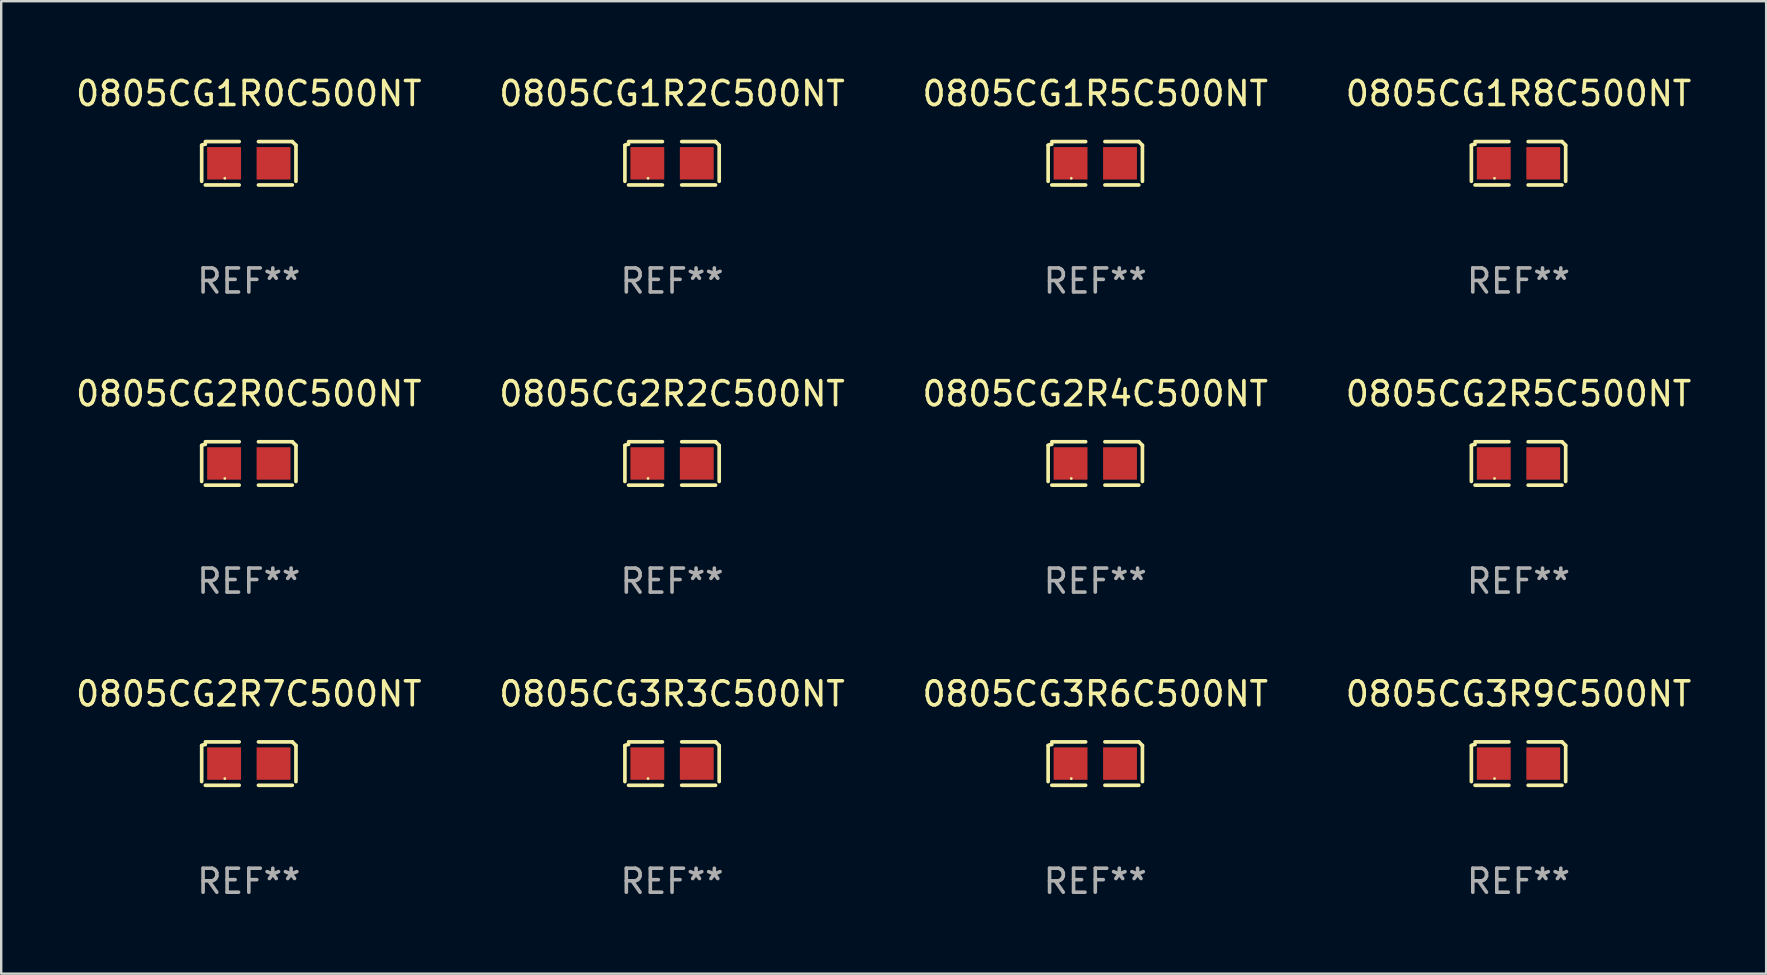
<source format=kicad_pcb>
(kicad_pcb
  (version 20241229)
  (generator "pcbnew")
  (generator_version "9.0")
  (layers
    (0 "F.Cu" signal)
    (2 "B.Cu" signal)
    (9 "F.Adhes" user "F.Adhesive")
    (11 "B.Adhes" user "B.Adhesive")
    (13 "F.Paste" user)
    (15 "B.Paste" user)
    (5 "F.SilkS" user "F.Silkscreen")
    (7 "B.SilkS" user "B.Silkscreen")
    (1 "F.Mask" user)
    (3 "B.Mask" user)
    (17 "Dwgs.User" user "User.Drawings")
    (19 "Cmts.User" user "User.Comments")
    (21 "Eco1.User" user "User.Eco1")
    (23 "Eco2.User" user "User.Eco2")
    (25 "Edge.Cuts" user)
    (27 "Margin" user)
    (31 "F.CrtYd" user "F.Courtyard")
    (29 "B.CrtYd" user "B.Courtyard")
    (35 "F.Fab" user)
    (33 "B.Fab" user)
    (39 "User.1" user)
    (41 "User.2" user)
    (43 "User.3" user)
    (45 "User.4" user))
  (footprint "0805CG3R9C500NT"
    (layer "F.Cu")
    (at 60.208 28.759)
    (property "Reference" "0805CG3R9C500NT" (at 0 -2.904 0) (layer "F.SilkS") (effects (font (size 1 1) (thickness 0.15))))
    (attr through_hole)
    (fp_line (start -1.964 0.751) (end -1.964 -0.751) (stroke (width 0.152) (type solid)) (layer "F.SilkS"))
    (fp_line (start -1.811 -0.904) (end -0.401 -0.904) (stroke (width 0.152) (type solid)) (layer "F.SilkS"))
    (fp_line (start -0.401 0.904) (end -1.811 0.904) (stroke (width 0.152) (type solid)) (layer "F.SilkS"))
    (fp_line (start 0.401 0.904) (end 1.811 0.904) (stroke (width 0.152) (type solid)) (layer "F.SilkS"))
    (fp_line (start 1.811 -0.904) (end 0.401 -0.904) (stroke (width 0.152) (type solid)) (layer "F.SilkS"))
    (fp_line (start 1.964 0.751) (end 1.964 -0.751) (stroke (width 0.152) (type solid)) (layer "F.SilkS"))
    (fp_arc (start -1.963602 -0.751207) (mid -1.890354 -0.783131) (end -1.811201 -0.794044) (stroke (width 0.1524) (type solid)) (layer "F.SilkS"))
    (fp_arc (start 1.811202 -0.903607) (mid 1.887413 -0.827418) (end 1.963602 -0.751207) (stroke (width 0.1524) (type solid)) (layer "F.SilkS"))
    (fp_circle (center -1 0.625) (end -0.97 0.625) (stroke (width 0.06) (type solid)) (fill no) (layer "F.SilkS"))
    (fp_text user "REF**" (at 0 4.904 0) (layer "F.Fab") (effects (font (size 1 1) (thickness 0.15))))
    (pad "1" smd rect (at -1.03 0) (size 1.41 1.35) (layers "F.Cu" "F.Mask" "F.Paste"))
    (pad "2" smd rect (at 1.03 0) (size 1.41 1.35) (layers "F.Cu" "F.Mask" "F.Paste")))
  (footprint "0805CG2R4C500NT"
    (layer "F.Cu")
    (at 42.577 16.256)
    (property "Reference" "0805CG2R4C500NT" (at 0 -2.904 0) (layer "F.SilkS") (effects (font (size 1 1) (thickness 0.15))))
    (attr through_hole)
    (fp_line (start -1.964 0.751) (end -1.964 -0.751) (stroke (width 0.152) (type solid)) (layer "F.SilkS"))
    (fp_line (start -1.811 -0.904) (end -0.401 -0.904) (stroke (width 0.152) (type solid)) (layer "F.SilkS"))
    (fp_line (start -0.401 0.904) (end -1.811 0.904) (stroke (width 0.152) (type solid)) (layer "F.SilkS"))
    (fp_line (start 0.401 0.904) (end 1.811 0.904) (stroke (width 0.152) (type solid)) (layer "F.SilkS"))
    (fp_line (start 1.811 -0.904) (end 0.401 -0.904) (stroke (width 0.152) (type solid)) (layer "F.SilkS"))
    (fp_line (start 1.964 0.751) (end 1.964 -0.751) (stroke (width 0.152) (type solid)) (layer "F.SilkS"))
    (fp_arc (start -1.963602 -0.751207) (mid -1.890354 -0.783131) (end -1.811201 -0.794044) (stroke (width 0.1524) (type solid)) (layer "F.SilkS"))
    (fp_arc (start 1.811202 -0.903607) (mid 1.887413 -0.827418) (end 1.963602 -0.751207) (stroke (width 0.1524) (type solid)) (layer "F.SilkS"))
    (fp_circle (center -1 0.625) (end -0.97 0.625) (stroke (width 0.06) (type solid)) (fill no) (layer "F.SilkS"))
    (fp_text user "REF**" (at 0 4.904 0) (layer "F.Fab") (effects (font (size 1 1) (thickness 0.15))))
    (pad "1" smd rect (at -1.03 0) (size 1.41 1.35) (layers "F.Cu" "F.Mask" "F.Paste"))
    (pad "2" smd rect (at 1.03 0) (size 1.41 1.35) (layers "F.Cu" "F.Mask" "F.Paste")))
  (footprint "0805CG3R3C500NT"
    (layer "F.Cu")
    (at 24.946 28.759)
    (property "Reference" "0805CG3R3C500NT" (at 0 -2.904 0) (layer "F.SilkS") (effects (font (size 1 1) (thickness 0.15))))
    (attr through_hole)
    (fp_line (start -1.964 0.751) (end -1.964 -0.751) (stroke (width 0.152) (type solid)) (layer "F.SilkS"))
    (fp_line (start -1.811 -0.904) (end -0.401 -0.904) (stroke (width 0.152) (type solid)) (layer "F.SilkS"))
    (fp_line (start -0.401 0.904) (end -1.811 0.904) (stroke (width 0.152) (type solid)) (layer "F.SilkS"))
    (fp_line (start 0.401 0.904) (end 1.811 0.904) (stroke (width 0.152) (type solid)) (layer "F.SilkS"))
    (fp_line (start 1.811 -0.904) (end 0.401 -0.904) (stroke (width 0.152) (type solid)) (layer "F.SilkS"))
    (fp_line (start 1.964 0.751) (end 1.964 -0.751) (stroke (width 0.152) (type solid)) (layer "F.SilkS"))
    (fp_arc (start -1.963602 -0.751207) (mid -1.890354 -0.783131) (end -1.811201 -0.794044) (stroke (width 0.1524) (type solid)) (layer "F.SilkS"))
    (fp_arc (start 1.811202 -0.903607) (mid 1.887413 -0.827418) (end 1.963602 -0.751207) (stroke (width 0.1524) (type solid)) (layer "F.SilkS"))
    (fp_circle (center -1 0.625) (end -0.97 0.625) (stroke (width 0.06) (type solid)) (fill no) (layer "F.SilkS"))
    (fp_text user "REF**" (at 0 4.904 0) (layer "F.Fab") (effects (font (size 1 1) (thickness 0.15))))
    (pad "1" smd rect (at -1.03 0) (size 1.41 1.35) (layers "F.Cu" "F.Mask" "F.Paste"))
    (pad "2" smd rect (at 1.03 0) (size 1.41 1.35) (layers "F.Cu" "F.Mask" "F.Paste")))
  (footprint "0805CG1R0C500NT"
    (layer "F.Cu")
    (at 7.315 3.752)
    (property "Reference" "0805CG1R0C500NT" (at 0 -2.904 0) (layer "F.SilkS") (effects (font (size 1 1) (thickness 0.15))))
    (attr through_hole)
    (fp_line (start -1.964 0.751) (end -1.964 -0.751) (stroke (width 0.152) (type solid)) (layer "F.SilkS"))
    (fp_line (start -1.811 -0.904) (end -0.401 -0.904) (stroke (width 0.152) (type solid)) (layer "F.SilkS"))
    (fp_line (start -0.401 0.904) (end -1.811 0.904) (stroke (width 0.152) (type solid)) (layer "F.SilkS"))
    (fp_line (start 0.401 0.904) (end 1.811 0.904) (stroke (width 0.152) (type solid)) (layer "F.SilkS"))
    (fp_line (start 1.811 -0.904) (end 0.401 -0.904) (stroke (width 0.152) (type solid)) (layer "F.SilkS"))
    (fp_line (start 1.964 0.751) (end 1.964 -0.751) (stroke (width 0.152) (type solid)) (layer "F.SilkS"))
    (fp_arc (start -1.963602 -0.751207) (mid -1.890354 -0.783131) (end -1.811201 -0.794044) (stroke (width 0.1524) (type solid)) (layer "F.SilkS"))
    (fp_arc (start 1.811202 -0.903607) (mid 1.887413 -0.827418) (end 1.963602 -0.751207) (stroke (width 0.1524) (type solid)) (layer "F.SilkS"))
    (fp_circle (center -1 0.625) (end -0.97 0.625) (stroke (width 0.06) (type solid)) (fill no) (layer "F.SilkS"))
    (fp_text user "REF**" (at 0 4.904 0) (layer "F.Fab") (effects (font (size 1 1) (thickness 0.15))))
    (pad "1" smd rect (at -1.03 0) (size 1.41 1.35) (layers "F.Cu" "F.Mask" "F.Paste"))
    (pad "2" smd rect (at 1.03 0) (size 1.41 1.35) (layers "F.Cu" "F.Mask" "F.Paste")))
  (footprint "0805CG2R7C500NT"
    (layer "F.Cu")
    (at 7.315 28.759)
    (property "Reference" "0805CG2R7C500NT" (at 0 -2.904 0) (layer "F.SilkS") (effects (font (size 1 1) (thickness 0.15))))
    (attr through_hole)
    (fp_line (start -1.964 0.751) (end -1.964 -0.751) (stroke (width 0.152) (type solid)) (layer "F.SilkS"))
    (fp_line (start -1.811 -0.904) (end -0.401 -0.904) (stroke (width 0.152) (type solid)) (layer "F.SilkS"))
    (fp_line (start -0.401 0.904) (end -1.811 0.904) (stroke (width 0.152) (type solid)) (layer "F.SilkS"))
    (fp_line (start 0.401 0.904) (end 1.811 0.904) (stroke (width 0.152) (type solid)) (layer "F.SilkS"))
    (fp_line (start 1.811 -0.904) (end 0.401 -0.904) (stroke (width 0.152) (type solid)) (layer "F.SilkS"))
    (fp_line (start 1.964 0.751) (end 1.964 -0.751) (stroke (width 0.152) (type solid)) (layer "F.SilkS"))
    (fp_arc (start -1.963602 -0.751207) (mid -1.890354 -0.783131) (end -1.811201 -0.794044) (stroke (width 0.1524) (type solid)) (layer "F.SilkS"))
    (fp_arc (start 1.811202 -0.903607) (mid 1.887413 -0.827418) (end 1.963602 -0.751207) (stroke (width 0.1524) (type solid)) (layer "F.SilkS"))
    (fp_circle (center -1 0.625) (end -0.97 0.625) (stroke (width 0.06) (type solid)) (fill no) (layer "F.SilkS"))
    (fp_text user "REF**" (at 0 4.904 0) (layer "F.Fab") (effects (font (size 1 1) (thickness 0.15))))
    (pad "1" smd rect (at -1.03 0) (size 1.41 1.35) (layers "F.Cu" "F.Mask" "F.Paste"))
    (pad "2" smd rect (at 1.03 0) (size 1.41 1.35) (layers "F.Cu" "F.Mask" "F.Paste")))
  (footprint "0805CG2R2C500NT"
    (layer "F.Cu")
    (at 24.946 16.256)
    (property "Reference" "0805CG2R2C500NT" (at 0 -2.904 0) (layer "F.SilkS") (effects (font (size 1 1) (thickness 0.15))))
    (attr through_hole)
    (fp_line (start -1.964 0.751) (end -1.964 -0.751) (stroke (width 0.152) (type solid)) (layer "F.SilkS"))
    (fp_line (start -1.811 -0.904) (end -0.401 -0.904) (stroke (width 0.152) (type solid)) (layer "F.SilkS"))
    (fp_line (start -0.401 0.904) (end -1.811 0.904) (stroke (width 0.152) (type solid)) (layer "F.SilkS"))
    (fp_line (start 0.401 0.904) (end 1.811 0.904) (stroke (width 0.152) (type solid)) (layer "F.SilkS"))
    (fp_line (start 1.811 -0.904) (end 0.401 -0.904) (stroke (width 0.152) (type solid)) (layer "F.SilkS"))
    (fp_line (start 1.964 0.751) (end 1.964 -0.751) (stroke (width 0.152) (type solid)) (layer "F.SilkS"))
    (fp_arc (start -1.963602 -0.751207) (mid -1.890354 -0.783131) (end -1.811201 -0.794044) (stroke (width 0.1524) (type solid)) (layer "F.SilkS"))
    (fp_arc (start 1.811202 -0.903607) (mid 1.887413 -0.827418) (end 1.963602 -0.751207) (stroke (width 0.1524) (type solid)) (layer "F.SilkS"))
    (fp_circle (center -1 0.625) (end -0.97 0.625) (stroke (width 0.06) (type solid)) (fill no) (layer "F.SilkS"))
    (fp_text user "REF**" (at 0 4.904 0) (layer "F.Fab") (effects (font (size 1 1) (thickness 0.15))))
    (pad "1" smd rect (at -1.03 0) (size 1.41 1.35) (layers "F.Cu" "F.Mask" "F.Paste"))
    (pad "2" smd rect (at 1.03 0) (size 1.41 1.35) (layers "F.Cu" "F.Mask" "F.Paste")))
  (footprint "0805CG2R0C500NT"
    (layer "F.Cu")
    (at 7.315 16.256)
    (property "Reference" "0805CG2R0C500NT" (at 0 -2.904 0) (layer "F.SilkS") (effects (font (size 1 1) (thickness 0.15))))
    (attr through_hole)
    (fp_line (start -1.964 0.751) (end -1.964 -0.751) (stroke (width 0.152) (type solid)) (layer "F.SilkS"))
    (fp_line (start -1.811 -0.904) (end -0.401 -0.904) (stroke (width 0.152) (type solid)) (layer "F.SilkS"))
    (fp_line (start -0.401 0.904) (end -1.811 0.904) (stroke (width 0.152) (type solid)) (layer "F.SilkS"))
    (fp_line (start 0.401 0.904) (end 1.811 0.904) (stroke (width 0.152) (type solid)) (layer "F.SilkS"))
    (fp_line (start 1.811 -0.904) (end 0.401 -0.904) (stroke (width 0.152) (type solid)) (layer "F.SilkS"))
    (fp_line (start 1.964 0.751) (end 1.964 -0.751) (stroke (width 0.152) (type solid)) (layer "F.SilkS"))
    (fp_arc (start -1.963602 -0.751207) (mid -1.890354 -0.783131) (end -1.811201 -0.794044) (stroke (width 0.1524) (type solid)) (layer "F.SilkS"))
    (fp_arc (start 1.811202 -0.903607) (mid 1.887413 -0.827418) (end 1.963602 -0.751207) (stroke (width 0.1524) (type solid)) (layer "F.SilkS"))
    (fp_circle (center -1 0.625) (end -0.97 0.625) (stroke (width 0.06) (type solid)) (fill no) (layer "F.SilkS"))
    (fp_text user "REF**" (at 0 4.904 0) (layer "F.Fab") (effects (font (size 1 1) (thickness 0.15))))
    (pad "1" smd rect (at -1.03 0) (size 1.41 1.35) (layers "F.Cu" "F.Mask" "F.Paste"))
    (pad "2" smd rect (at 1.03 0) (size 1.41 1.35) (layers "F.Cu" "F.Mask" "F.Paste")))
  (footprint "0805CG1R8C500NT"
    (layer "F.Cu")
    (at 60.208 3.752)
    (property "Reference" "0805CG1R8C500NT" (at 0 -2.904 0) (layer "F.SilkS") (effects (font (size 1 1) (thickness 0.15))))
    (attr through_hole)
    (fp_line (start -1.964 0.751) (end -1.964 -0.751) (stroke (width 0.152) (type solid)) (layer "F.SilkS"))
    (fp_line (start -1.811 -0.904) (end -0.401 -0.904) (stroke (width 0.152) (type solid)) (layer "F.SilkS"))
    (fp_line (start -0.401 0.904) (end -1.811 0.904) (stroke (width 0.152) (type solid)) (layer "F.SilkS"))
    (fp_line (start 0.401 0.904) (end 1.811 0.904) (stroke (width 0.152) (type solid)) (layer "F.SilkS"))
    (fp_line (start 1.811 -0.904) (end 0.401 -0.904) (stroke (width 0.152) (type solid)) (layer "F.SilkS"))
    (fp_line (start 1.964 0.751) (end 1.964 -0.751) (stroke (width 0.152) (type solid)) (layer "F.SilkS"))
    (fp_arc (start -1.963602 -0.751207) (mid -1.890354 -0.783131) (end -1.811201 -0.794044) (stroke (width 0.1524) (type solid)) (layer "F.SilkS"))
    (fp_arc (start 1.811202 -0.903607) (mid 1.887413 -0.827418) (end 1.963602 -0.751207) (stroke (width 0.1524) (type solid)) (layer "F.SilkS"))
    (fp_circle (center -1 0.625) (end -0.97 0.625) (stroke (width 0.06) (type solid)) (fill no) (layer "F.SilkS"))
    (fp_text user "REF**" (at 0 4.904 0) (layer "F.Fab") (effects (font (size 1 1) (thickness 0.15))))
    (pad "1" smd rect (at -1.03 0) (size 1.41 1.35) (layers "F.Cu" "F.Mask" "F.Paste"))
    (pad "2" smd rect (at 1.03 0) (size 1.41 1.35) (layers "F.Cu" "F.Mask" "F.Paste")))
  (footprint "0805CG1R2C500NT"
    (layer "F.Cu")
    (at 24.946 3.752)
    (property "Reference" "0805CG1R2C500NT" (at 0 -2.904 0) (layer "F.SilkS") (effects (font (size 1 1) (thickness 0.15))))
    (attr through_hole)
    (fp_line (start -1.964 0.751) (end -1.964 -0.751) (stroke (width 0.152) (type solid)) (layer "F.SilkS"))
    (fp_line (start -1.811 -0.904) (end -0.401 -0.904) (stroke (width 0.152) (type solid)) (layer "F.SilkS"))
    (fp_line (start -0.401 0.904) (end -1.811 0.904) (stroke (width 0.152) (type solid)) (layer "F.SilkS"))
    (fp_line (start 0.401 0.904) (end 1.811 0.904) (stroke (width 0.152) (type solid)) (layer "F.SilkS"))
    (fp_line (start 1.811 -0.904) (end 0.401 -0.904) (stroke (width 0.152) (type solid)) (layer "F.SilkS"))
    (fp_line (start 1.964 0.751) (end 1.964 -0.751) (stroke (width 0.152) (type solid)) (layer "F.SilkS"))
    (fp_arc (start -1.963602 -0.751207) (mid -1.890354 -0.783131) (end -1.811201 -0.794044) (stroke (width 0.1524) (type solid)) (layer "F.SilkS"))
    (fp_arc (start 1.811202 -0.903607) (mid 1.887413 -0.827418) (end 1.963602 -0.751207) (stroke (width 0.1524) (type solid)) (layer "F.SilkS"))
    (fp_circle (center -1 0.625) (end -0.97 0.625) (stroke (width 0.06) (type solid)) (fill no) (layer "F.SilkS"))
    (fp_text user "REF**" (at 0 4.904 0) (layer "F.Fab") (effects (font (size 1 1) (thickness 0.15))))
    (pad "1" smd rect (at -1.03 0) (size 1.41 1.35) (layers "F.Cu" "F.Mask" "F.Paste"))
    (pad "2" smd rect (at 1.03 0) (size 1.41 1.35) (layers "F.Cu" "F.Mask" "F.Paste")))
  (footprint "0805CG1R5C500NT"
    (layer "F.Cu")
    (at 42.577 3.752)
    (property "Reference" "0805CG1R5C500NT" (at 0 -2.904 0) (layer "F.SilkS") (effects (font (size 1 1) (thickness 0.15))))
    (attr through_hole)
    (fp_line (start -1.964 0.751) (end -1.964 -0.751) (stroke (width 0.152) (type solid)) (layer "F.SilkS"))
    (fp_line (start -1.811 -0.904) (end -0.401 -0.904) (stroke (width 0.152) (type solid)) (layer "F.SilkS"))
    (fp_line (start -0.401 0.904) (end -1.811 0.904) (stroke (width 0.152) (type solid)) (layer "F.SilkS"))
    (fp_line (start 0.401 0.904) (end 1.811 0.904) (stroke (width 0.152) (type solid)) (layer "F.SilkS"))
    (fp_line (start 1.811 -0.904) (end 0.401 -0.904) (stroke (width 0.152) (type solid)) (layer "F.SilkS"))
    (fp_line (start 1.964 0.751) (end 1.964 -0.751) (stroke (width 0.152) (type solid)) (layer "F.SilkS"))
    (fp_arc (start -1.963602 -0.751207) (mid -1.890354 -0.783131) (end -1.811201 -0.794044) (stroke (width 0.1524) (type solid)) (layer "F.SilkS"))
    (fp_arc (start 1.811202 -0.903607) (mid 1.887413 -0.827418) (end 1.963602 -0.751207) (stroke (width 0.1524) (type solid)) (layer "F.SilkS"))
    (fp_circle (center -1 0.625) (end -0.97 0.625) (stroke (width 0.06) (type solid)) (fill no) (layer "F.SilkS"))
    (fp_text user "REF**" (at 0 4.904 0) (layer "F.Fab") (effects (font (size 1 1) (thickness 0.15))))
    (pad "1" smd rect (at -1.03 0) (size 1.41 1.35) (layers "F.Cu" "F.Mask" "F.Paste"))
    (pad "2" smd rect (at 1.03 0) (size 1.41 1.35) (layers "F.Cu" "F.Mask" "F.Paste")))
  (footprint "0805CG2R5C500NT"
    (layer "F.Cu")
    (at 60.208 16.256)
    (property "Reference" "0805CG2R5C500NT" (at 0 -2.904 0) (layer "F.SilkS") (effects (font (size 1 1) (thickness 0.15))))
    (attr through_hole)
    (fp_line (start -1.964 0.751) (end -1.964 -0.751) (stroke (width 0.152) (type solid)) (layer "F.SilkS"))
    (fp_line (start -1.811 -0.904) (end -0.401 -0.904) (stroke (width 0.152) (type solid)) (layer "F.SilkS"))
    (fp_line (start -0.401 0.904) (end -1.811 0.904) (stroke (width 0.152) (type solid)) (layer "F.SilkS"))
    (fp_line (start 0.401 0.904) (end 1.811 0.904) (stroke (width 0.152) (type solid)) (layer "F.SilkS"))
    (fp_line (start 1.811 -0.904) (end 0.401 -0.904) (stroke (width 0.152) (type solid)) (layer "F.SilkS"))
    (fp_line (start 1.964 0.751) (end 1.964 -0.751) (stroke (width 0.152) (type solid)) (layer "F.SilkS"))
    (fp_arc (start -1.963602 -0.751207) (mid -1.890354 -0.783131) (end -1.811201 -0.794044) (stroke (width 0.1524) (type solid)) (layer "F.SilkS"))
    (fp_arc (start 1.811202 -0.903607) (mid 1.887413 -0.827418) (end 1.963602 -0.751207) (stroke (width 0.1524) (type solid)) (layer "F.SilkS"))
    (fp_circle (center -1 0.625) (end -0.97 0.625) (stroke (width 0.06) (type solid)) (fill no) (layer "F.SilkS"))
    (fp_text user "REF**" (at 0 4.904 0) (layer "F.Fab") (effects (font (size 1 1) (thickness 0.15))))
    (pad "1" smd rect (at -1.03 0) (size 1.41 1.35) (layers "F.Cu" "F.Mask" "F.Paste"))
    (pad "2" smd rect (at 1.03 0) (size 1.41 1.35) (layers "F.Cu" "F.Mask" "F.Paste")))
  (footprint "0805CG3R6C500NT"
    (layer "F.Cu")
    (at 42.577 28.759)
    (property "Reference" "0805CG3R6C500NT" (at 0 -2.904 0) (layer "F.SilkS") (effects (font (size 1 1) (thickness 0.15))))
    (attr through_hole)
    (fp_line (start -1.964 0.751) (end -1.964 -0.751) (stroke (width 0.152) (type solid)) (layer "F.SilkS"))
    (fp_line (start -1.811 -0.904) (end -0.401 -0.904) (stroke (width 0.152) (type solid)) (layer "F.SilkS"))
    (fp_line (start -0.401 0.904) (end -1.811 0.904) (stroke (width 0.152) (type solid)) (layer "F.SilkS"))
    (fp_line (start 0.401 0.904) (end 1.811 0.904) (stroke (width 0.152) (type solid)) (layer "F.SilkS"))
    (fp_line (start 1.811 -0.904) (end 0.401 -0.904) (stroke (width 0.152) (type solid)) (layer "F.SilkS"))
    (fp_line (start 1.964 0.751) (end 1.964 -0.751) (stroke (width 0.152) (type solid)) (layer "F.SilkS"))
    (fp_arc (start -1.963602 -0.751207) (mid -1.890354 -0.783131) (end -1.811201 -0.794044) (stroke (width 0.1524) (type solid)) (layer "F.SilkS"))
    (fp_arc (start 1.811202 -0.903607) (mid 1.887413 -0.827418) (end 1.963602 -0.751207) (stroke (width 0.1524) (type solid)) (layer "F.SilkS"))
    (fp_circle (center -1 0.625) (end -0.97 0.625) (stroke (width 0.06) (type solid)) (fill no) (layer "F.SilkS"))
    (fp_text user "REF**" (at 0 4.904 0) (layer "F.Fab") (effects (font (size 1 1) (thickness 0.15))))
    (pad "1" smd rect (at -1.03 0) (size 1.41 1.35) (layers "F.Cu" "F.Mask" "F.Paste"))
    (pad "2" smd rect (at 1.03 0) (size 1.41 1.35) (layers "F.Cu" "F.Mask" "F.Paste")))
  (gr_rect
    (start -3 -3)
    (end 70.524 37.511)
    (stroke (width 0.1) (type default))
    (fill no)
    (layer "Edge.Cuts")))
</source>
